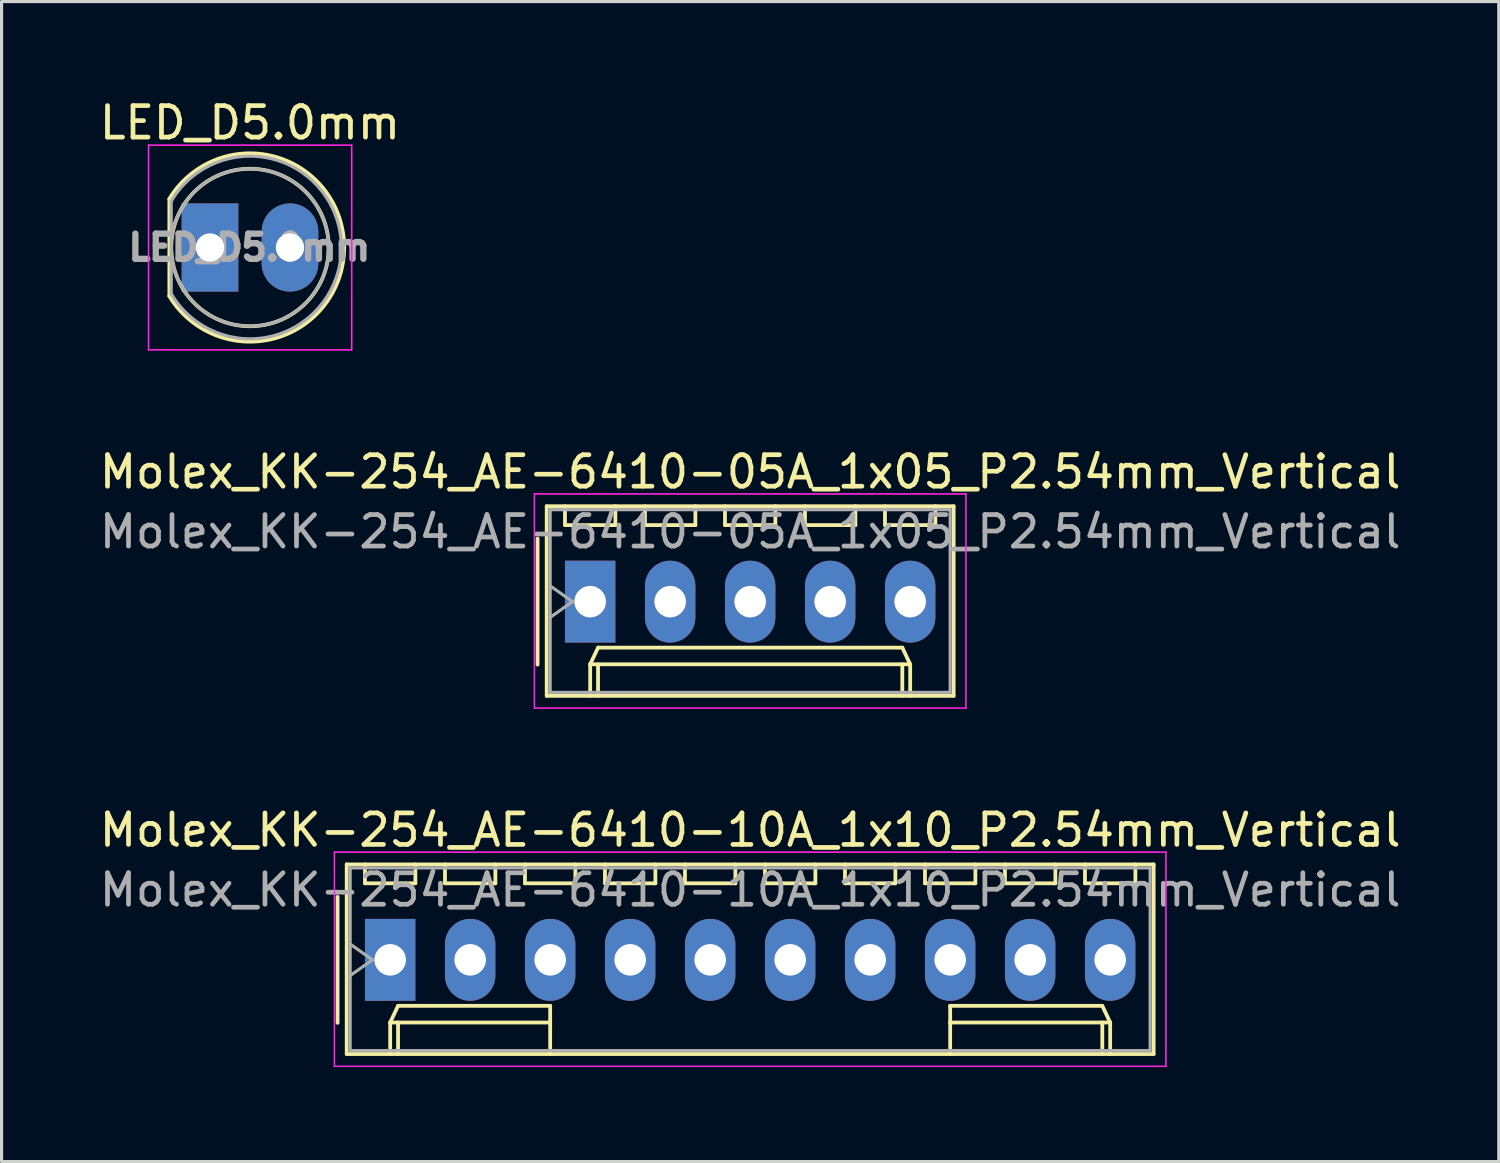
<source format=kicad_pcb>
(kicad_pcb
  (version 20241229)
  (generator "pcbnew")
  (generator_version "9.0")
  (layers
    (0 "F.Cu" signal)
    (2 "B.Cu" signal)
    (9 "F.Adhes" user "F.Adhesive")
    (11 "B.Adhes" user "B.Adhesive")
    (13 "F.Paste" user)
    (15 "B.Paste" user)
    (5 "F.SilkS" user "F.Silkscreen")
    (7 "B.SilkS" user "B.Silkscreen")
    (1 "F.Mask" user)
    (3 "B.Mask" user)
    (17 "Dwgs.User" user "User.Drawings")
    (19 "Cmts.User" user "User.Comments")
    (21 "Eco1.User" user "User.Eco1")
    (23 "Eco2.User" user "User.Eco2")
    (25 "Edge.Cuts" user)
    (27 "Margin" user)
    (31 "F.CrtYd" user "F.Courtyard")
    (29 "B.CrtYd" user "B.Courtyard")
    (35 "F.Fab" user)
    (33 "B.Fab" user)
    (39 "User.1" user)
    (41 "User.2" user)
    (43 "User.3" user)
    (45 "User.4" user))
  (footprint "LED_D5.0mm"
    (layer "F.Cu")
    (at 3.617 4.808)
    (property "Reference" "LED_D5.0mm" (at 1.27 -3.96 0) (layer "F.SilkS") (effects (font (size 1 1) (thickness 0.15))))
    (attr through_hole)
    (fp_line (start -1.29 -1.545) (end -1.29 1.545) (stroke (width 0.12) (type solid)) (layer "F.SilkS"))
    (fp_arc (start -1.29 -1.54483) (mid 2.072002 -2.880433) (end 4.26 0.000462) (stroke (width 0.12) (type solid)) (layer "F.SilkS"))
    (fp_arc (start 4.26 -0.000462) (mid 2.072002 2.880433) (end -1.29 1.54483) (stroke (width 0.12) (type solid)) (layer "F.SilkS"))
    (fp_circle (center 1.27 0) (end 3.77 0) (stroke (width 0.12) (type solid)) (fill no) (layer "F.SilkS"))
    (fp_line (start -1.95 -3.25) (end -1.95 3.25) (stroke (width 0.05) (type solid)) (layer "F.CrtYd"))
    (fp_line (start -1.95 3.25) (end 4.5 3.25) (stroke (width 0.05) (type solid)) (layer "F.CrtYd"))
    (fp_line (start 4.5 -3.25) (end -1.95 -3.25) (stroke (width 0.05) (type solid)) (layer "F.CrtYd"))
    (fp_line (start 4.5 3.25) (end 4.5 -3.25) (stroke (width 0.05) (type solid)) (layer "F.CrtYd"))
    (fp_line (start -1.23 -1.47) (end -1.23 1.47) (stroke (width 0.1) (type solid)) (layer "F.Fab"))
    (fp_arc (start -1.23 -1.469694) (mid 4.17 0.000016) (end -1.230016 1.469666) (stroke (width 0.1) (type solid)) (layer "F.Fab"))
    (fp_circle (center 1.27 0) (end 3.77 0) (stroke (width 0.1) (type solid)) (fill no) (layer "F.Fab"))
    (fp_text user "${REFERENCE}" (at 1.25 0 0) (layer "F.Fab") (effects (font (size 0.8 0.8) (thickness 0.2))))
    (pad "1" thru_hole rect (at 0 0) (size 1.8 2.8) (drill 0.9) (layers "*.Cu" "*.Mask"))
    (pad "2" thru_hole oval (at 2.54 0) (size 1.8 2.8) (drill 0.9) (layers "*.Cu" "*.Mask")))
  (footprint "Molex_KK-254_AE-6410-05A_1x05_P2.54mm_Vertical"
    (layer "F.Cu")
    (at 15.688 16.052)
    (property "Reference" "Molex_KK-254_AE-6410-05A_1x05_P2.54mm_Vertical" (at 5.08 -4.12 0) (layer "F.SilkS") (effects (font (size 1 1) (thickness 0.15))))
    (attr through_hole)
    (fp_line (start -1.67 -2) (end -1.67 2) (stroke (width 0.12) (type solid)) (layer "F.SilkS"))
    (fp_line (start -1.38 -3.03) (end -1.38 2.99) (stroke (width 0.12) (type solid)) (layer "F.SilkS"))
    (fp_line (start -1.38 2.99) (end 11.54 2.99) (stroke (width 0.12) (type solid)) (layer "F.SilkS"))
    (fp_line (start -0.8 -3.03) (end -0.8 -2.43) (stroke (width 0.12) (type solid)) (layer "F.SilkS"))
    (fp_line (start -0.8 -2.43) (end 0.8 -2.43) (stroke (width 0.12) (type solid)) (layer "F.SilkS"))
    (fp_line (start 0 1.99) (end 0.25 1.46) (stroke (width 0.12) (type solid)) (layer "F.SilkS"))
    (fp_line (start 0 1.99) (end 10.16 1.99) (stroke (width 0.12) (type solid)) (layer "F.SilkS"))
    (fp_line (start 0 2.99) (end 0 1.99) (stroke (width 0.12) (type solid)) (layer "F.SilkS"))
    (fp_line (start 0.25 1.46) (end 9.91 1.46) (stroke (width 0.12) (type solid)) (layer "F.SilkS"))
    (fp_line (start 0.25 2.99) (end 0.25 1.99) (stroke (width 0.12) (type solid)) (layer "F.SilkS"))
    (fp_line (start 0.8 -2.43) (end 0.8 -3.03) (stroke (width 0.12) (type solid)) (layer "F.SilkS"))
    (fp_line (start 1.74 -3.03) (end 1.74 -2.43) (stroke (width 0.12) (type solid)) (layer "F.SilkS"))
    (fp_line (start 1.74 -2.43) (end 3.34 -2.43) (stroke (width 0.12) (type solid)) (layer "F.SilkS"))
    (fp_line (start 3.34 -2.43) (end 3.34 -3.03) (stroke (width 0.12) (type solid)) (layer "F.SilkS"))
    (fp_line (start 4.28 -3.03) (end 4.28 -2.43) (stroke (width 0.12) (type solid)) (layer "F.SilkS"))
    (fp_line (start 4.28 -2.43) (end 5.88 -2.43) (stroke (width 0.12) (type solid)) (layer "F.SilkS"))
    (fp_line (start 5.88 -2.43) (end 5.88 -3.03) (stroke (width 0.12) (type solid)) (layer "F.SilkS"))
    (fp_line (start 6.82 -3.03) (end 6.82 -2.43) (stroke (width 0.12) (type solid)) (layer "F.SilkS"))
    (fp_line (start 6.82 -2.43) (end 8.42 -2.43) (stroke (width 0.12) (type solid)) (layer "F.SilkS"))
    (fp_line (start 8.42 -2.43) (end 8.42 -3.03) (stroke (width 0.12) (type solid)) (layer "F.SilkS"))
    (fp_line (start 9.36 -3.03) (end 9.36 -2.43) (stroke (width 0.12) (type solid)) (layer "F.SilkS"))
    (fp_line (start 9.36 -2.43) (end 10.96 -2.43) (stroke (width 0.12) (type solid)) (layer "F.SilkS"))
    (fp_line (start 9.91 1.46) (end 10.16 1.99) (stroke (width 0.12) (type solid)) (layer "F.SilkS"))
    (fp_line (start 9.91 2.99) (end 9.91 1.99) (stroke (width 0.12) (type solid)) (layer "F.SilkS"))
    (fp_line (start 10.16 1.99) (end 10.16 2.99) (stroke (width 0.12) (type solid)) (layer "F.SilkS"))
    (fp_line (start 10.96 -2.43) (end 10.96 -3.03) (stroke (width 0.12) (type solid)) (layer "F.SilkS"))
    (fp_line (start 11.54 -3.03) (end -1.38 -3.03) (stroke (width 0.12) (type solid)) (layer "F.SilkS"))
    (fp_line (start 11.54 2.99) (end 11.54 -3.03) (stroke (width 0.12) (type solid)) (layer "F.SilkS"))
    (fp_line (start -1.77 -3.42) (end -1.77 3.38) (stroke (width 0.05) (type solid)) (layer "F.CrtYd"))
    (fp_line (start -1.77 3.38) (end 11.93 3.38) (stroke (width 0.05) (type solid)) (layer "F.CrtYd"))
    (fp_line (start 11.93 -3.42) (end -1.77 -3.42) (stroke (width 0.05) (type solid)) (layer "F.CrtYd"))
    (fp_line (start 11.93 3.38) (end 11.93 -3.42) (stroke (width 0.05) (type solid)) (layer "F.CrtYd"))
    (fp_line (start -1.27 -2.92) (end -1.27 2.88) (stroke (width 0.1) (type solid)) (layer "F.Fab"))
    (fp_line (start -1.27 -0.5) (end -0.563 0) (stroke (width 0.1) (type solid)) (layer "F.Fab"))
    (fp_line (start -1.27 2.88) (end 11.43 2.88) (stroke (width 0.1) (type solid)) (layer "F.Fab"))
    (fp_line (start -0.563 0) (end -1.27 0.5) (stroke (width 0.1) (type solid)) (layer "F.Fab"))
    (fp_line (start 11.43 -2.92) (end -1.27 -2.92) (stroke (width 0.1) (type solid)) (layer "F.Fab"))
    (fp_line (start 11.43 2.88) (end 11.43 -2.92) (stroke (width 0.1) (type solid)) (layer "F.Fab"))
    (fp_text user "${REFERENCE}" (at 5.08 -2.22 0) (layer "F.Fab") (effects (font (size 1 1) (thickness 0.15))))
    (pad "1" thru_hole rect (at 0 0) (size 1.6 2.6) (drill 1) (layers "*.Cu" "*.Mask"))
    (pad "2" thru_hole oval (at 2.54 0) (size 1.6 2.6) (drill 1) (layers "*.Cu" "*.Mask"))
    (pad "3" thru_hole oval (at 5.08 0) (size 1.6 2.6) (drill 1) (layers "*.Cu" "*.Mask"))
    (pad "4" thru_hole oval (at 7.62 0) (size 1.6 2.6) (drill 1) (layers "*.Cu" "*.Mask"))
    (pad "5" thru_hole oval (at 10.16 0) (size 1.6 2.6) (drill 1) (layers "*.Cu" "*.Mask")))
  (footprint "Molex_KK-254_AE-6410-10A_1x10_P2.54mm_Vertical"
    (layer "F.Cu")
    (at 9.338 27.425)
    (property "Reference" "Molex_KK-254_AE-6410-10A_1x10_P2.54mm_Vertical" (at 11.43 -4.12 0) (layer "F.SilkS") (effects (font (size 1 1) (thickness 0.15))))
    (attr through_hole)
    (fp_line (start -1.67 -2) (end -1.67 2) (stroke (width 0.12) (type solid)) (layer "F.SilkS"))
    (fp_line (start -1.38 -3.03) (end -1.38 2.99) (stroke (width 0.12) (type solid)) (layer "F.SilkS"))
    (fp_line (start -1.38 2.99) (end 24.24 2.99) (stroke (width 0.12) (type solid)) (layer "F.SilkS"))
    (fp_line (start -0.8 -3.03) (end -0.8 -2.43) (stroke (width 0.12) (type solid)) (layer "F.SilkS"))
    (fp_line (start -0.8 -2.43) (end 0.8 -2.43) (stroke (width 0.12) (type solid)) (layer "F.SilkS"))
    (fp_line (start 0 1.99) (end 0.25 1.46) (stroke (width 0.12) (type solid)) (layer "F.SilkS"))
    (fp_line (start 0 1.99) (end 5.08 1.99) (stroke (width 0.12) (type solid)) (layer "F.SilkS"))
    (fp_line (start 0 2.99) (end 0 1.99) (stroke (width 0.12) (type solid)) (layer "F.SilkS"))
    (fp_line (start 0.25 1.46) (end 5.08 1.46) (stroke (width 0.12) (type solid)) (layer "F.SilkS"))
    (fp_line (start 0.25 2.99) (end 0.25 1.99) (stroke (width 0.12) (type solid)) (layer "F.SilkS"))
    (fp_line (start 0.8 -2.43) (end 0.8 -3.03) (stroke (width 0.12) (type solid)) (layer "F.SilkS"))
    (fp_line (start 1.74 -3.03) (end 1.74 -2.43) (stroke (width 0.12) (type solid)) (layer "F.SilkS"))
    (fp_line (start 1.74 -2.43) (end 3.34 -2.43) (stroke (width 0.12) (type solid)) (layer "F.SilkS"))
    (fp_line (start 3.34 -2.43) (end 3.34 -3.03) (stroke (width 0.12) (type solid)) (layer "F.SilkS"))
    (fp_line (start 4.28 -3.03) (end 4.28 -2.43) (stroke (width 0.12) (type solid)) (layer "F.SilkS"))
    (fp_line (start 4.28 -2.43) (end 5.88 -2.43) (stroke (width 0.12) (type solid)) (layer "F.SilkS"))
    (fp_line (start 5.08 1.46) (end 5.08 1.99) (stroke (width 0.12) (type solid)) (layer "F.SilkS"))
    (fp_line (start 5.08 1.99) (end 5.08 2.99) (stroke (width 0.12) (type solid)) (layer "F.SilkS"))
    (fp_line (start 5.88 -2.43) (end 5.88 -3.03) (stroke (width 0.12) (type solid)) (layer "F.SilkS"))
    (fp_line (start 6.82 -3.03) (end 6.82 -2.43) (stroke (width 0.12) (type solid)) (layer "F.SilkS"))
    (fp_line (start 6.82 -2.43) (end 8.42 -2.43) (stroke (width 0.12) (type solid)) (layer "F.SilkS"))
    (fp_line (start 8.42 -2.43) (end 8.42 -3.03) (stroke (width 0.12) (type solid)) (layer "F.SilkS"))
    (fp_line (start 9.36 -3.03) (end 9.36 -2.43) (stroke (width 0.12) (type solid)) (layer "F.SilkS"))
    (fp_line (start 9.36 -2.43) (end 10.96 -2.43) (stroke (width 0.12) (type solid)) (layer "F.SilkS"))
    (fp_line (start 10.96 -2.43) (end 10.96 -3.03) (stroke (width 0.12) (type solid)) (layer "F.SilkS"))
    (fp_line (start 11.9 -3.03) (end 11.9 -2.43) (stroke (width 0.12) (type solid)) (layer "F.SilkS"))
    (fp_line (start 11.9 -2.43) (end 13.5 -2.43) (stroke (width 0.12) (type solid)) (layer "F.SilkS"))
    (fp_line (start 13.5 -2.43) (end 13.5 -3.03) (stroke (width 0.12) (type solid)) (layer "F.SilkS"))
    (fp_line (start 14.44 -3.03) (end 14.44 -2.43) (stroke (width 0.12) (type solid)) (layer "F.SilkS"))
    (fp_line (start 14.44 -2.43) (end 16.04 -2.43) (stroke (width 0.12) (type solid)) (layer "F.SilkS"))
    (fp_line (start 16.04 -2.43) (end 16.04 -3.03) (stroke (width 0.12) (type solid)) (layer "F.SilkS"))
    (fp_line (start 16.98 -3.03) (end 16.98 -2.43) (stroke (width 0.12) (type solid)) (layer "F.SilkS"))
    (fp_line (start 16.98 -2.43) (end 18.58 -2.43) (stroke (width 0.12) (type solid)) (layer "F.SilkS"))
    (fp_line (start 17.78 1.46) (end 17.78 1.99) (stroke (width 0.12) (type solid)) (layer "F.SilkS"))
    (fp_line (start 17.78 1.99) (end 17.78 2.99) (stroke (width 0.12) (type solid)) (layer "F.SilkS"))
    (fp_line (start 18.58 -2.43) (end 18.58 -3.03) (stroke (width 0.12) (type solid)) (layer "F.SilkS"))
    (fp_line (start 19.52 -3.03) (end 19.52 -2.43) (stroke (width 0.12) (type solid)) (layer "F.SilkS"))
    (fp_line (start 19.52 -2.43) (end 21.12 -2.43) (stroke (width 0.12) (type solid)) (layer "F.SilkS"))
    (fp_line (start 21.12 -2.43) (end 21.12 -3.03) (stroke (width 0.12) (type solid)) (layer "F.SilkS"))
    (fp_line (start 22.06 -3.03) (end 22.06 -2.43) (stroke (width 0.12) (type solid)) (layer "F.SilkS"))
    (fp_line (start 22.06 -2.43) (end 23.66 -2.43) (stroke (width 0.12) (type solid)) (layer "F.SilkS"))
    (fp_line (start 22.61 1.46) (end 17.78 1.46) (stroke (width 0.12) (type solid)) (layer "F.SilkS"))
    (fp_line (start 22.61 2.99) (end 22.61 1.99) (stroke (width 0.12) (type solid)) (layer "F.SilkS"))
    (fp_line (start 22.86 1.99) (end 17.78 1.99) (stroke (width 0.12) (type solid)) (layer "F.SilkS"))
    (fp_line (start 22.86 1.99) (end 22.61 1.46) (stroke (width 0.12) (type solid)) (layer "F.SilkS"))
    (fp_line (start 22.86 2.99) (end 22.86 1.99) (stroke (width 0.12) (type solid)) (layer "F.SilkS"))
    (fp_line (start 23.66 -2.43) (end 23.66 -3.03) (stroke (width 0.12) (type solid)) (layer "F.SilkS"))
    (fp_line (start 24.24 -3.03) (end -1.38 -3.03) (stroke (width 0.12) (type solid)) (layer "F.SilkS"))
    (fp_line (start 24.24 2.99) (end 24.24 -3.03) (stroke (width 0.12) (type solid)) (layer "F.SilkS"))
    (fp_line (start -1.77 -3.42) (end -1.77 3.38) (stroke (width 0.05) (type solid)) (layer "F.CrtYd"))
    (fp_line (start -1.77 3.38) (end 24.63 3.38) (stroke (width 0.05) (type solid)) (layer "F.CrtYd"))
    (fp_line (start 24.63 -3.42) (end -1.77 -3.42) (stroke (width 0.05) (type solid)) (layer "F.CrtYd"))
    (fp_line (start 24.63 3.38) (end 24.63 -3.42) (stroke (width 0.05) (type solid)) (layer "F.CrtYd"))
    (fp_line (start -1.27 -2.92) (end -1.27 2.88) (stroke (width 0.1) (type solid)) (layer "F.Fab"))
    (fp_line (start -1.27 -0.5) (end -0.563 0) (stroke (width 0.1) (type solid)) (layer "F.Fab"))
    (fp_line (start -1.27 2.88) (end 24.13 2.88) (stroke (width 0.1) (type solid)) (layer "F.Fab"))
    (fp_line (start -0.563 0) (end -1.27 0.5) (stroke (width 0.1) (type solid)) (layer "F.Fab"))
    (fp_line (start 24.13 -2.92) (end -1.27 -2.92) (stroke (width 0.1) (type solid)) (layer "F.Fab"))
    (fp_line (start 24.13 2.88) (end 24.13 -2.92) (stroke (width 0.1) (type solid)) (layer "F.Fab"))
    (fp_text user "${REFERENCE}" (at 11.43 -2.22 0) (layer "F.Fab") (effects (font (size 1 1) (thickness 0.15))))
    (pad "1" thru_hole rect (at 0 0) (size 1.6 2.6) (drill 1) (layers "*.Cu" "*.Mask"))
    (pad "2" thru_hole oval (at 2.54 0) (size 1.6 2.6) (drill 1) (layers "*.Cu" "*.Mask"))
    (pad "3" thru_hole oval (at 5.08 0) (size 1.6 2.6) (drill 1) (layers "*.Cu" "*.Mask"))
    (pad "4" thru_hole oval (at 7.62 0) (size 1.6 2.6) (drill 1) (layers "*.Cu" "*.Mask"))
    (pad "5" thru_hole oval (at 10.16 0) (size 1.6 2.6) (drill 1) (layers "*.Cu" "*.Mask"))
    (pad "6" thru_hole oval (at 12.7 0) (size 1.6 2.6) (drill 1) (layers "*.Cu" "*.Mask"))
    (pad "7" thru_hole oval (at 15.24 0) (size 1.6 2.6) (drill 1) (layers "*.Cu" "*.Mask"))
    (pad "8" thru_hole oval (at 17.78 0) (size 1.6 2.6) (drill 1) (layers "*.Cu" "*.Mask"))
    (pad "9" thru_hole oval (at 20.32 0) (size 1.6 2.6) (drill 1) (layers "*.Cu" "*.Mask"))
    (pad "10" thru_hole oval (at 22.86 0) (size 1.6 2.6) (drill 1) (layers "*.Cu" "*.Mask")))
  (gr_rect
    (start -3 -3)
    (end 44.536 33.83)
    (stroke (width 0.1) (type default))
    (fill no)
    (layer "Edge.Cuts")))
</source>
